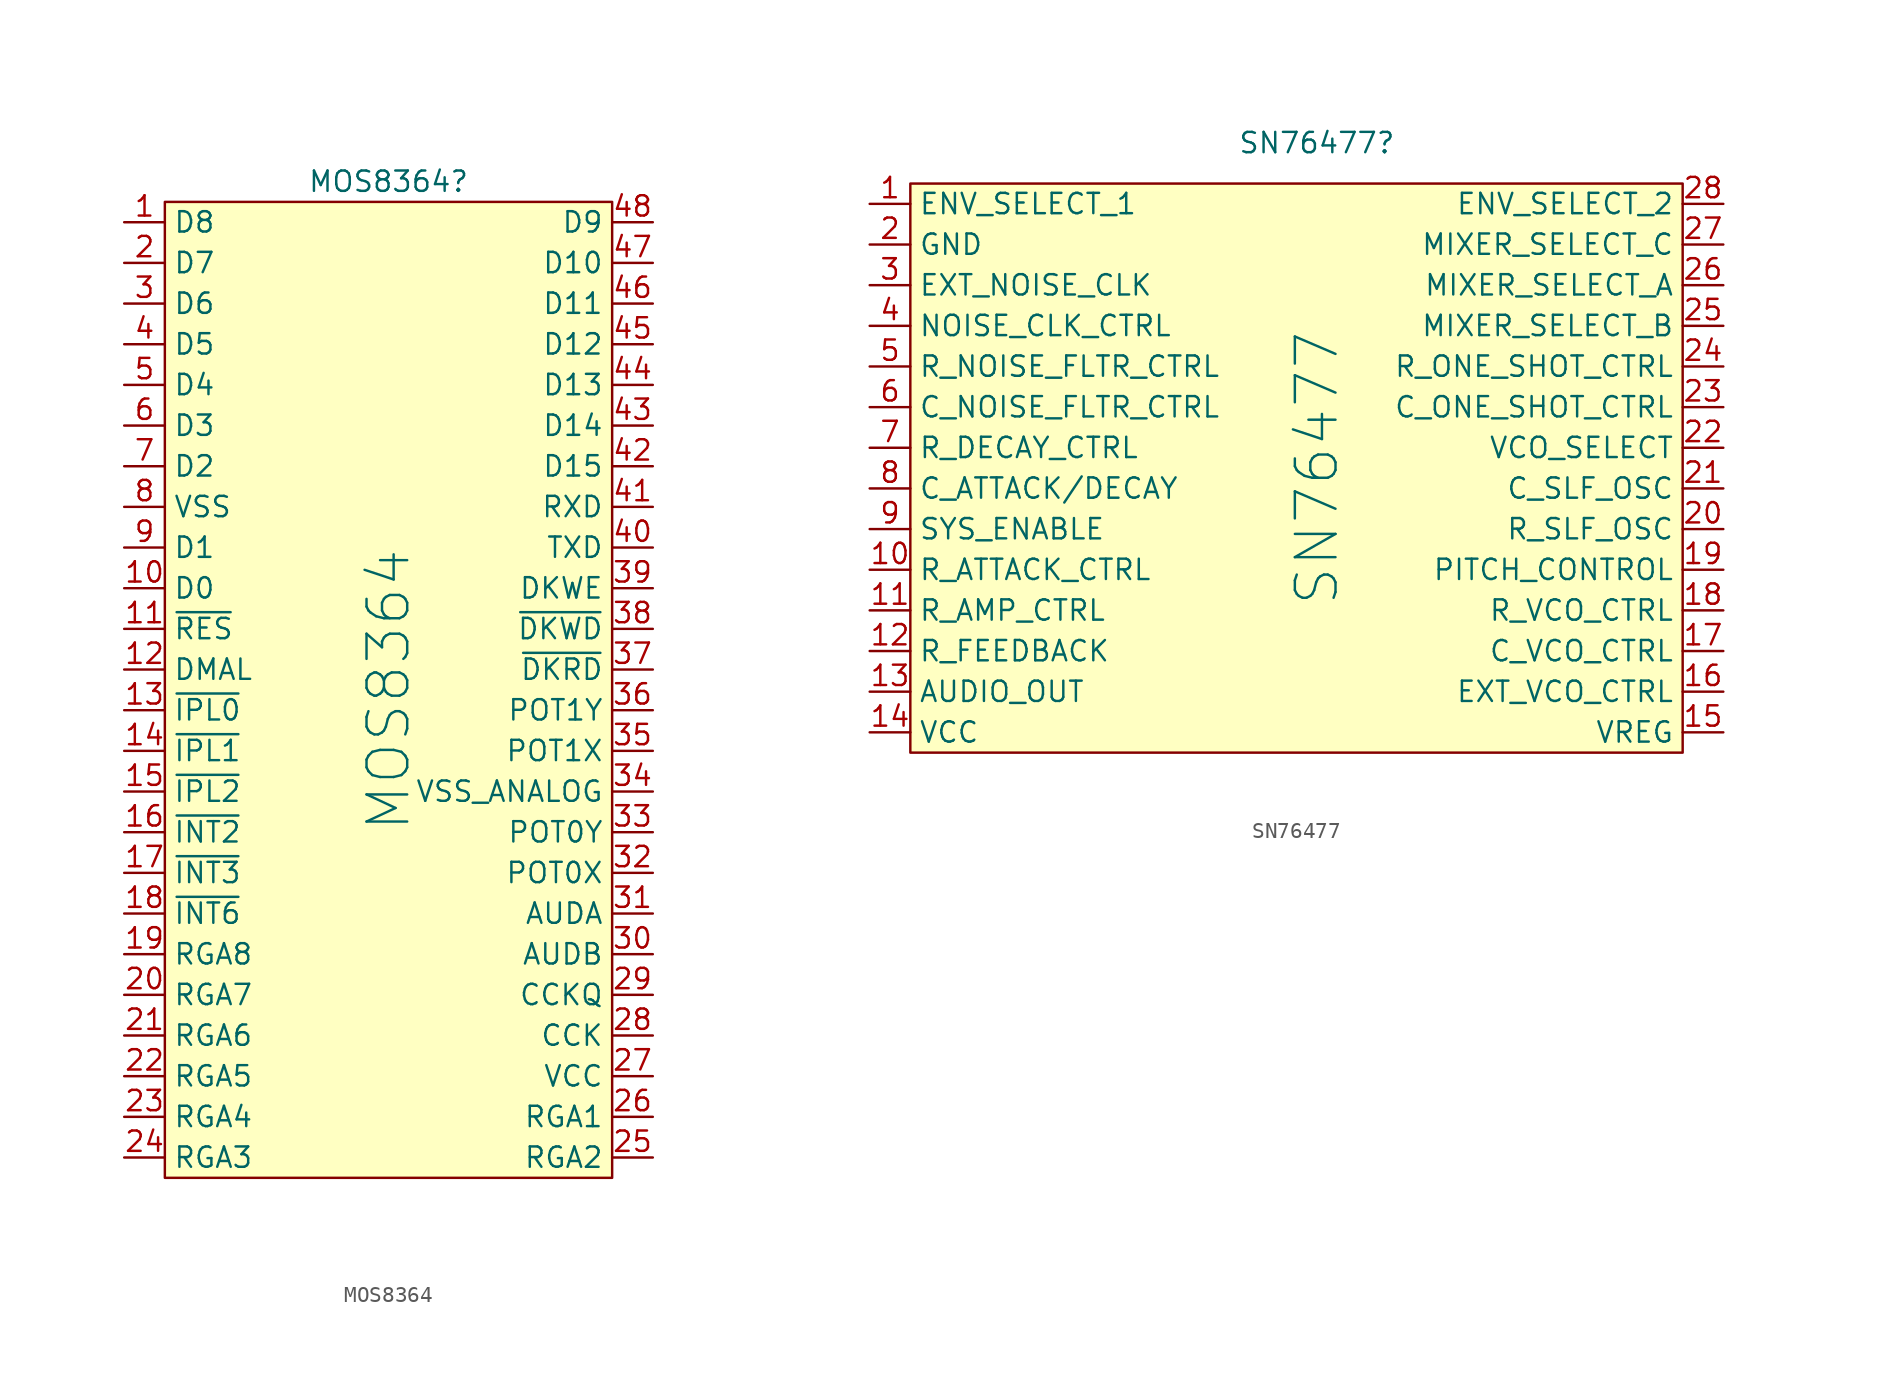
<source format=kicad_sym>
(kicad_symbol_lib
  (version 20220914)
  (generator kicad_symbol_editor)
  (symbol "MOS8364"
    (property "Reference" "MOS8364"
      (at 0 31.75 0)
      (effects (font (size 1.27 1.27))))
    (property "Value" "MOS8364"
      (at 0 0 90)
      (effects (font (size 2.54 2.54))))
    (symbol "MOS8364_0_0"
      (pin bidirectional line (at -16.51 29.21 0) (length 2.54) (name "D8" (effects (font (size 1.27 1.27)))) (number "1" (effects (font (size 1.27 1.27)))))
      (pin bidirectional line (at -16.51 6.35 0) (length 2.54) (name "D0" (effects (font (size 1.27 1.27)))) (number "10" (effects (font (size 1.27 1.27)))))
      (pin input line (at -16.51 3.81 0) (length 2.54) (name "~{RES}" (effects (font (size 1.27 1.27)))) (number "11" (effects (font (size 1.27 1.27)))))
      (pin output line (at -16.51 1.27 0) (length 2.54) (name "DMAL" (effects (font (size 1.27 1.27)))) (number "12" (effects (font (size 1.27 1.27)))))
      (pin output line (at -16.51 -1.27 0) (length 2.54) (name "~{IPL0}" (effects (font (size 1.27 1.27)))) (number "13" (effects (font (size 1.27 1.27)))))
      (pin output line (at -16.51 -3.81 0) (length 2.54) (name "~{IPL1}" (effects (font (size 1.27 1.27)))) (number "14" (effects (font (size 1.27 1.27)))))
      (pin output line (at -16.51 -6.35 0) (length 2.54) (name "~{IPL2}" (effects (font (size 1.27 1.27)))) (number "15" (effects (font (size 1.27 1.27)))))
      (pin input line (at -16.51 -8.89 0) (length 2.54) (name "~{INT2}" (effects (font (size 1.27 1.27)))) (number "16" (effects (font (size 1.27 1.27)))))
      (pin input line (at -16.51 -11.43 0) (length 2.54) (name "~{INT3}" (effects (font (size 1.27 1.27)))) (number "17" (effects (font (size 1.27 1.27)))))
      (pin input line (at -16.51 -13.97 0) (length 2.54) (name "~{INT6}" (effects (font (size 1.27 1.27)))) (number "18" (effects (font (size 1.27 1.27)))))
      (pin input line (at -16.51 -16.51 0) (length 2.54) (name "RGA8" (effects (font (size 1.27 1.27)))) (number "19" (effects (font (size 1.27 1.27)))))
      (pin bidirectional line (at -16.51 26.67 0) (length 2.54) (name "D7" (effects (font (size 1.27 1.27)))) (number "2" (effects (font (size 1.27 1.27)))))
      (pin input line (at -16.51 -19.05 0) (length 2.54) (name "RGA7" (effects (font (size 1.27 1.27)))) (number "20" (effects (font (size 1.27 1.27)))))
      (pin input line (at -16.51 -21.59 0) (length 2.54) (name "RGA6" (effects (font (size 1.27 1.27)))) (number "21" (effects (font (size 1.27 1.27)))))
      (pin input line (at -16.51 -24.13 0) (length 2.54) (name "RGA5" (effects (font (size 1.27 1.27)))) (number "22" (effects (font (size 1.27 1.27)))))
      (pin input line (at -16.51 -26.67 0) (length 2.54) (name "RGA4" (effects (font (size 1.27 1.27)))) (number "23" (effects (font (size 1.27 1.27)))))
      (pin input line (at -16.51 -29.21 0) (length 2.54) (name "RGA3" (effects (font (size 1.27 1.27)))) (number "24" (effects (font (size 1.27 1.27)))))
      (pin input line (at 16.51 -29.21 180) (length 2.54) (name "RGA2" (effects (font (size 1.27 1.27)))) (number "25" (effects (font (size 1.27 1.27)))))
      (pin input line (at 16.51 -26.67 180) (length 2.54) (name "RGA1" (effects (font (size 1.27 1.27)))) (number "26" (effects (font (size 1.27 1.27)))))
      (pin power_in line (at 16.51 -24.13 180) (length 2.54) (name "VCC" (effects (font (size 1.27 1.27)))) (number "27" (effects (font (size 1.27 1.27)))))
      (pin input line (at 16.51 -21.59 180) (length 2.54) (name "CCK" (effects (font (size 1.27 1.27)))) (number "28" (effects (font (size 1.27 1.27)))))
      (pin input line (at 16.51 -19.05 180) (length 2.54) (name "CCKQ" (effects (font (size 1.27 1.27)))) (number "29" (effects (font (size 1.27 1.27)))))
      (pin bidirectional line (at -16.51 24.13 0) (length 2.54) (name "D6" (effects (font (size 1.27 1.27)))) (number "3" (effects (font (size 1.27 1.27)))))
      (pin output line (at 16.51 -16.51 180) (length 2.54) (name "AUDB" (effects (font (size 1.27 1.27)))) (number "30" (effects (font (size 1.27 1.27)))))
      (pin output line (at 16.51 -13.97 180) (length 2.54) (name "AUDA" (effects (font (size 1.27 1.27)))) (number "31" (effects (font (size 1.27 1.27)))))
      (pin bidirectional line (at 16.51 -11.43 180) (length 2.54) (name "POT0X" (effects (font (size 1.27 1.27)))) (number "32" (effects (font (size 1.27 1.27)))))
      (pin bidirectional line (at 16.51 -8.89 180) (length 2.54) (name "POT0Y" (effects (font (size 1.27 1.27)))) (number "33" (effects (font (size 1.27 1.27)))))
      (pin passive line (at 16.51 -6.35 180) (length 2.54) (name "VSS_ANALOG" (effects (font (size 1.27 1.27)))) (number "34" (effects (font (size 1.27 1.27)))))
      (pin bidirectional line (at 16.51 -3.81 180) (length 2.54) (name "POT1X" (effects (font (size 1.27 1.27)))) (number "35" (effects (font (size 1.27 1.27)))))
      (pin bidirectional line (at 16.51 -1.27 180) (length 2.54) (name "POT1Y" (effects (font (size 1.27 1.27)))) (number "36" (effects (font (size 1.27 1.27)))))
      (pin input line (at 16.51 1.27 180) (length 2.54) (name "~{DKRD}" (effects (font (size 1.27 1.27)))) (number "37" (effects (font (size 1.27 1.27)))))
      (pin output line (at 16.51 3.81 180) (length 2.54) (name "~{DKWD}" (effects (font (size 1.27 1.27)))) (number "38" (effects (font (size 1.27 1.27)))))
      (pin output line (at 16.51 6.35 180) (length 2.54) (name "DKWE" (effects (font (size 1.27 1.27)))) (number "39" (effects (font (size 1.27 1.27)))))
      (pin bidirectional line (at -16.51 21.59 0) (length 2.54) (name "D5" (effects (font (size 1.27 1.27)))) (number "4" (effects (font (size 1.27 1.27)))))
      (pin output line (at 16.51 8.89 180) (length 2.54) (name "TXD" (effects (font (size 1.27 1.27)))) (number "40" (effects (font (size 1.27 1.27)))))
      (pin input line (at 16.51 11.43 180) (length 2.54) (name "RXD" (effects (font (size 1.27 1.27)))) (number "41" (effects (font (size 1.27 1.27)))))
      (pin bidirectional line (at 16.51 13.97 180) (length 2.54) (name "D15" (effects (font (size 1.27 1.27)))) (number "42" (effects (font (size 1.27 1.27)))))
      (pin bidirectional line (at 16.51 16.51 180) (length 2.54) (name "D14" (effects (font (size 1.27 1.27)))) (number "43" (effects (font (size 1.27 1.27)))))
      (pin bidirectional line (at 16.51 19.05 180) (length 2.54) (name "D13" (effects (font (size 1.27 1.27)))) (number "44" (effects (font (size 1.27 1.27)))))
      (pin bidirectional line (at 16.51 21.59 180) (length 2.54) (name "D12" (effects (font (size 1.27 1.27)))) (number "45" (effects (font (size 1.27 1.27)))))
      (pin bidirectional line (at 16.51 24.13 180) (length 2.54) (name "D11" (effects (font (size 1.27 1.27)))) (number "46" (effects (font (size 1.27 1.27)))))
      (pin bidirectional line (at 16.51 26.67 180) (length 2.54) (name "D10" (effects (font (size 1.27 1.27)))) (number "47" (effects (font (size 1.27 1.27)))))
      (pin bidirectional line (at 16.51 29.21 180) (length 2.54) (name "D9" (effects (font (size 1.27 1.27)))) (number "48" (effects (font (size 1.27 1.27)))))
      (pin bidirectional line (at -16.51 19.05 0) (length 2.54) (name "D4" (effects (font (size 1.27 1.27)))) (number "5" (effects (font (size 1.27 1.27)))))
      (pin bidirectional line (at -16.51 16.51 0) (length 2.54) (name "D3" (effects (font (size 1.27 1.27)))) (number "6" (effects (font (size 1.27 1.27)))))
      (pin bidirectional line (at -16.51 13.97 0) (length 2.54) (name "D2" (effects (font (size 1.27 1.27)))) (number "7" (effects (font (size 1.27 1.27)))))
      (pin passive line (at -16.51 11.43 0) (length 2.54) (name "VSS" (effects (font (size 1.27 1.27)))) (number "8" (effects (font (size 1.27 1.27)))))
      (pin bidirectional line (at -16.51 8.89 0) (length 2.54) (name "D1" (effects (font (size 1.27 1.27)))) (number "9" (effects (font (size 1.27 1.27))))))
    (symbol "MOS8364_1_1"
      (rectangle (start -13.97 30.48) (end 13.97 -30.48) (stroke (width 0) (type default)) (fill (type background)))))
  (symbol "SN76477"
    (property "Reference" "SN76477"
      (at 0 20.32 0)
      (effects (font (size 1.27 1.27))))
    (property "Value" "SN76477"
      (at 0 0 90)
      (effects (font (size 2.54 2.54))))
    (symbol "SN76477_0_0"
      (pin input line (at -27.94 16.51 0) (length 2.54) (name "ENV_SELECT_1" (effects (font (size 1.27 1.27)))) (number "1" (effects (font (size 1.27 1.27)))))
      (pin input line (at -27.94 -6.35 0) (length 2.54) (name "R_ATTACK_CTRL" (effects (font (size 1.27 1.27)))) (number "10" (effects (font (size 1.27 1.27)))))
      (pin input line (at -27.94 -8.89 0) (length 2.54) (name "R_AMP_CTRL" (effects (font (size 1.27 1.27)))) (number "11" (effects (font (size 1.27 1.27)))))
      (pin input line (at -27.94 -11.43 0) (length 2.54) (name "R_FEEDBACK" (effects (font (size 1.27 1.27)))) (number "12" (effects (font (size 1.27 1.27)))))
      (pin output line (at -27.94 -13.97 0) (length 2.54) (name "AUDIO_OUT" (effects (font (size 1.27 1.27)))) (number "13" (effects (font (size 1.27 1.27)))))
      (pin power_in line (at -27.94 -16.51 0) (length 2.54) (name "VCC" (effects (font (size 1.27 1.27)))) (number "14" (effects (font (size 1.27 1.27)))))
      (pin power_in line (at 25.4 -16.51 180) (length 2.54) (name "VREG" (effects (font (size 1.27 1.27)))) (number "15" (effects (font (size 1.27 1.27)))))
      (pin input line (at 25.4 -13.97 180) (length 2.54) (name "EXT_VCO_CTRL" (effects (font (size 1.27 1.27)))) (number "16" (effects (font (size 1.27 1.27)))))
      (pin input line (at 25.4 -11.43 180) (length 2.54) (name "C_VCO_CTRL" (effects (font (size 1.27 1.27)))) (number "17" (effects (font (size 1.27 1.27)))))
      (pin input line (at 25.4 -8.89 180) (length 2.54) (name "R_VCO_CTRL" (effects (font (size 1.27 1.27)))) (number "18" (effects (font (size 1.27 1.27)))))
      (pin input line (at 25.4 -6.35 180) (length 2.54) (name "PITCH_CONTROL" (effects (font (size 1.27 1.27)))) (number "19" (effects (font (size 1.27 1.27)))))
      (pin input line (at -27.94 13.97 0) (length 2.54) (name "GND" (effects (font (size 1.27 1.27)))) (number "2" (effects (font (size 1.27 1.27)))))
      (pin input line (at 25.4 -3.81 180) (length 2.54) (name "R_SLF_OSC" (effects (font (size 1.27 1.27)))) (number "20" (effects (font (size 1.27 1.27)))))
      (pin input line (at 25.4 -1.27 180) (length 2.54) (name "C_SLF_OSC" (effects (font (size 1.27 1.27)))) (number "21" (effects (font (size 1.27 1.27)))))
      (pin input line (at 25.4 1.27 180) (length 2.54) (name "VCO_SELECT" (effects (font (size 1.27 1.27)))) (number "22" (effects (font (size 1.27 1.27)))))
      (pin input line (at 25.4 3.81 180) (length 2.54) (name "C_ONE_SHOT_CTRL" (effects (font (size 1.27 1.27)))) (number "23" (effects (font (size 1.27 1.27)))))
      (pin input line (at 25.4 6.35 180) (length 2.54) (name "R_ONE_SHOT_CTRL" (effects (font (size 1.27 1.27)))) (number "24" (effects (font (size 1.27 1.27)))))
      (pin input line (at 25.4 8.89 180) (length 2.54) (name "MIXER_SELECT_B" (effects (font (size 1.27 1.27)))) (number "25" (effects (font (size 1.27 1.27)))))
      (pin input line (at 25.4 11.43 180) (length 2.54) (name "MIXER_SELECT_A" (effects (font (size 1.27 1.27)))) (number "26" (effects (font (size 1.27 1.27)))))
      (pin input line (at 25.4 13.97 180) (length 2.54) (name "MIXER_SELECT_C" (effects (font (size 1.27 1.27)))) (number "27" (effects (font (size 1.27 1.27)))))
      (pin input line (at 25.4 16.51 180) (length 2.54) (name "ENV_SELECT_2" (effects (font (size 1.27 1.27)))) (number "28" (effects (font (size 1.27 1.27)))))
      (pin input line (at -27.94 11.43 0) (length 2.54) (name "EXT_NOISE_CLK" (effects (font (size 1.27 1.27)))) (number "3" (effects (font (size 1.27 1.27)))))
      (pin input line (at -27.94 8.89 0) (length 2.54) (name "NOISE_CLK_CTRL" (effects (font (size 1.27 1.27)))) (number "4" (effects (font (size 1.27 1.27)))))
      (pin input line (at -27.94 6.35 0) (length 2.54) (name "R_NOISE_FLTR_CTRL" (effects (font (size 1.27 1.27)))) (number "5" (effects (font (size 1.27 1.27)))))
      (pin input line (at -27.94 3.81 0) (length 2.54) (name "C_NOISE_FLTR_CTRL" (effects (font (size 1.27 1.27)))) (number "6" (effects (font (size 1.27 1.27)))))
      (pin input line (at -27.94 1.27 0) (length 2.54) (name "R_DECAY_CTRL" (effects (font (size 1.27 1.27)))) (number "7" (effects (font (size 1.27 1.27)))))
      (pin input line (at -27.94 -1.27 0) (length 2.54) (name "C_ATTACK/DECAY" (effects (font (size 1.27 1.27)))) (number "8" (effects (font (size 1.27 1.27)))))
      (pin input line (at -27.94 -3.81 0) (length 2.54) (name "SYS_ENABLE" (effects (font (size 1.27 1.27)))) (number "9" (effects (font (size 1.27 1.27))))))
    (symbol "SN76477_1_1"
      (rectangle (start -25.4 17.78) (end 22.86 -17.78) (stroke (width 0) (type default)) (fill (type background))))))
</source>
